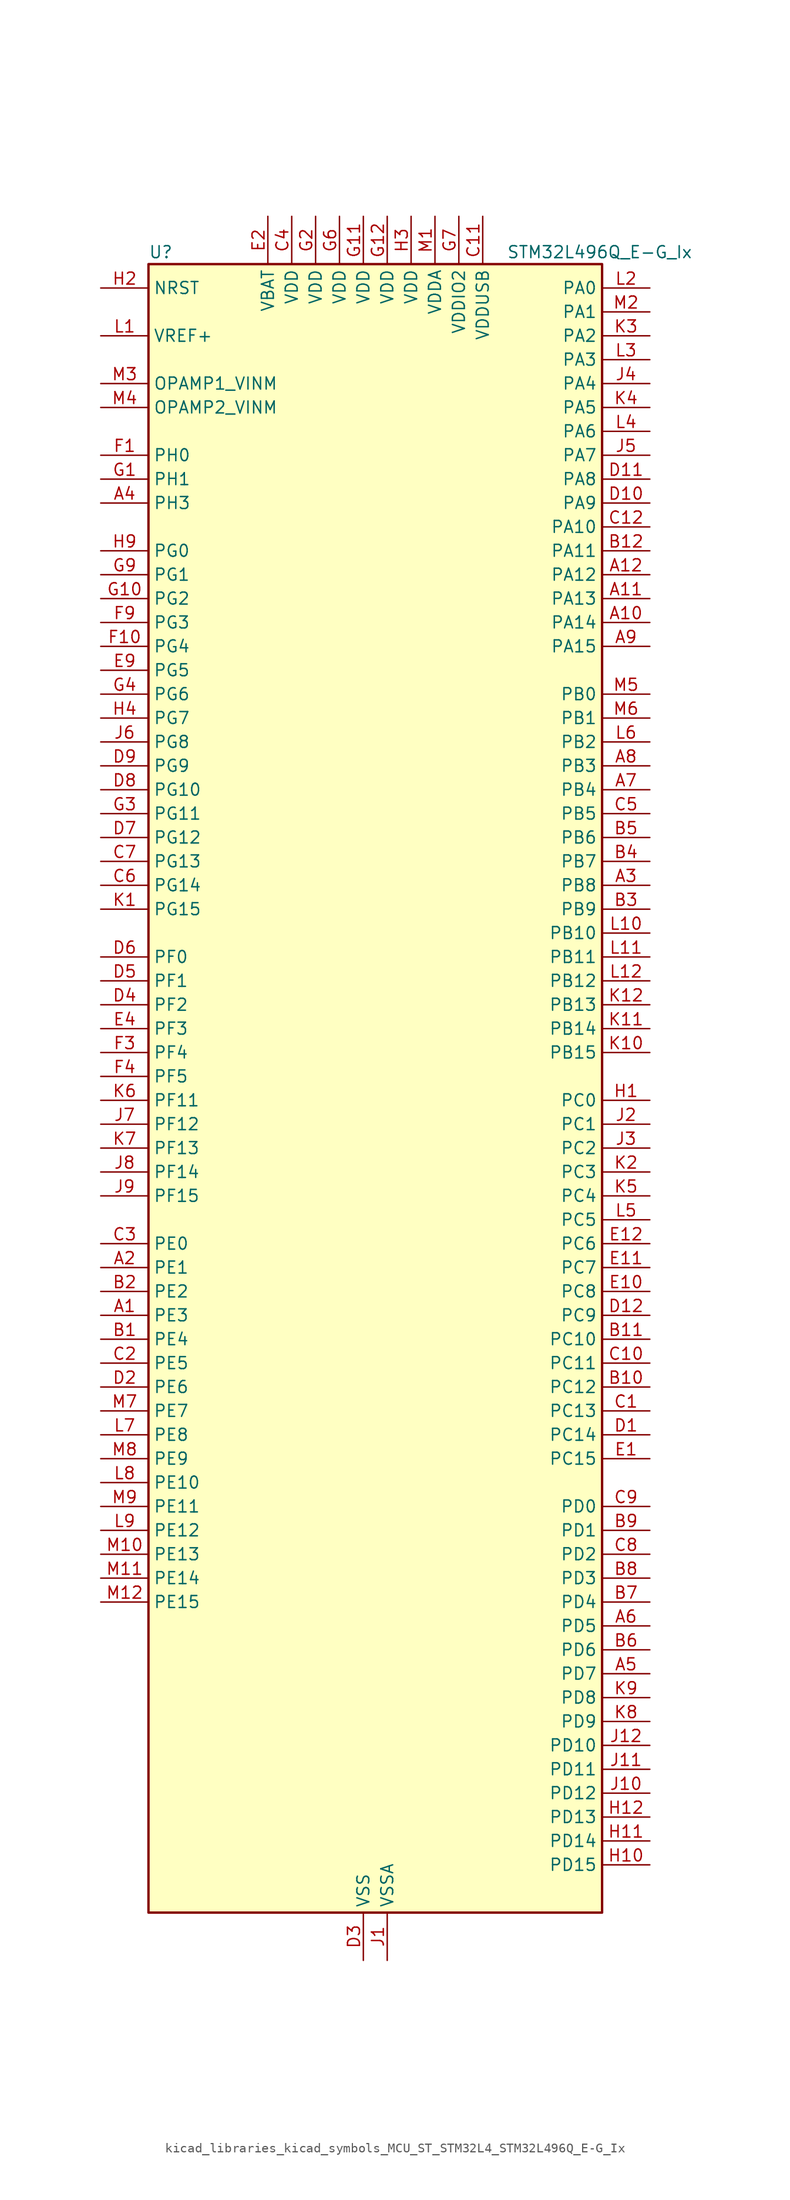
<source format=kicad_sym>
(kicad_symbol_lib
  (version 20220914)
  (generator kicad_symbol_editor)
  (symbol "kicad_libraries_kicad_symbols_MCU_ST_STM32L4_STM32L496Q_E-G_Ix"
    (property "Reference" "U"
      (at -22.86 90.17 0)
      (effects (font (size 1.27 1.27)) (justify left)))
    (property "Value" "STM32L496Q_E-G_Ix"
      (at 15.24 90.17 0)
      (effects (font (size 1.27 1.27)) (justify left)))
    (property "ki_locked" ""
      (at 0 0 0)
      (effects (font (size 1.27 1.27))))
    (symbol "kicad_libraries_kicad_symbols_MCU_ST_STM32L4_STM32L496Q_E-G_Ix_0_1"
      (rectangle (start -22.86 -86.36) (end 25.4 88.9) (stroke (width 0.254) (type default)) (fill (type background))))
    (symbol "kicad_libraries_kicad_symbols_MCU_ST_STM32L4_STM32L496Q_E-G_Ix_1_1"
      (pin bidirectional line (at -27.94 -22.86 0) (length 5.08) (name "PE3" (effects (font (size 1.27 1.27)))) (number "A1" (effects (font (size 1.27 1.27)))) (alternate "FMC_A19" bidirectional line) (alternate "LCD_SEG39" bidirectional line) (alternate "SAI1_SD_B" bidirectional line) (alternate "SYS_TRACED0" bidirectional line) (alternate "TIM3_CH1" bidirectional line) (alternate "TSC_G7_IO2" bidirectional line))
      (pin bidirectional line (at 30.48 50.8 180) (length 5.08) (name "PA14" (effects (font (size 1.27 1.27)))) (number "A10" (effects (font (size 1.27 1.27)))) (alternate "I2C1_SMBA" bidirectional line) (alternate "I2C4_SMBA" bidirectional line) (alternate "LPTIM1_OUT" bidirectional line) (alternate "SAI1_FS_B" bidirectional line) (alternate "SWPMI1_RX" bidirectional line) (alternate "SYS_JTCK-SWCLK" bidirectional line) (alternate "USB_OTG_FS_SOF" bidirectional line))
      (pin bidirectional line (at 30.48 53.34 180) (length 5.08) (name "PA13" (effects (font (size 1.27 1.27)))) (number "A11" (effects (font (size 1.27 1.27)))) (alternate "IR_OUT" bidirectional line) (alternate "SAI1_SD_B" bidirectional line) (alternate "SWPMI1_TX" bidirectional line) (alternate "SYS_JTMS-SWDIO" bidirectional line) (alternate "USB_OTG_FS_NOE" bidirectional line))
      (pin bidirectional line (at 30.48 55.88 180) (length 5.08) (name "PA12" (effects (font (size 1.27 1.27)))) (number "A12" (effects (font (size 1.27 1.27)))) (alternate "CAN1_TX" bidirectional line) (alternate "SPI1_MOSI" bidirectional line) (alternate "TIM1_ETR" bidirectional line) (alternate "USART1_DE" bidirectional line) (alternate "USART1_RTS" bidirectional line) (alternate "USB_OTG_FS_DP" bidirectional line))
      (pin bidirectional line (at -27.94 -17.78 0) (length 5.08) (name "PE1" (effects (font (size 1.27 1.27)))) (number "A2" (effects (font (size 1.27 1.27)))) (alternate "DCMI_D3" bidirectional line) (alternate "FMC_NBL1" bidirectional line) (alternate "LCD_SEG37" bidirectional line) (alternate "TIM17_CH1" bidirectional line))
      (pin bidirectional line (at 30.48 22.86 180) (length 5.08) (name "PB8" (effects (font (size 1.27 1.27)))) (number "A3" (effects (font (size 1.27 1.27)))) (alternate "CAN1_RX" bidirectional line) (alternate "DCMI_D6" bidirectional line) (alternate "DFSDM1_DATIN6" bidirectional line) (alternate "I2C1_SCL" bidirectional line) (alternate "LCD_SEG16" bidirectional line) (alternate "SAI1_MCLK_A" bidirectional line) (alternate "SDMMC1_D4" bidirectional line) (alternate "TIM16_CH1" bidirectional line) (alternate "TIM4_CH3" bidirectional line))
      (pin bidirectional line (at -27.94 63.5 0) (length 5.08) (name "PH3" (effects (font (size 1.27 1.27)))) (number "A4" (effects (font (size 1.27 1.27)))))
      (pin bidirectional line (at 30.48 -60.96 180) (length 5.08) (name "PD7" (effects (font (size 1.27 1.27)))) (number "A5" (effects (font (size 1.27 1.27)))) (alternate "DFSDM1_CKIN1" bidirectional line) (alternate "FMC_NE1" bidirectional line) (alternate "QUADSPI_BK2_IO3" bidirectional line) (alternate "USART2_CK" bidirectional line))
      (pin bidirectional line (at 30.48 -55.88 180) (length 5.08) (name "PD5" (effects (font (size 1.27 1.27)))) (number "A6" (effects (font (size 1.27 1.27)))) (alternate "FMC_NWE" bidirectional line) (alternate "QUADSPI_BK2_IO1" bidirectional line) (alternate "USART2_TX" bidirectional line))
      (pin bidirectional line (at 30.48 33.02 180) (length 5.08) (name "PB4" (effects (font (size 1.27 1.27)))) (number "A7" (effects (font (size 1.27 1.27)))) (alternate "COMP2_INP" bidirectional line) (alternate "DCMI_D12" bidirectional line) (alternate "I2C3_SDA" bidirectional line) (alternate "LCD_SEG8" bidirectional line) (alternate "SAI1_MCLK_B" bidirectional line) (alternate "SPI1_MISO" bidirectional line) (alternate "SPI3_MISO" bidirectional line) (alternate "SYS_JTRST" bidirectional line) (alternate "TIM17_BKIN" bidirectional line) (alternate "TIM3_CH1" bidirectional line) (alternate "TSC_G2_IO1" bidirectional line) (alternate "UART5_DE" bidirectional line) (alternate "UART5_RTS" bidirectional line) (alternate "USART1_CTS" bidirectional line))
      (pin bidirectional line (at 30.48 35.56 180) (length 5.08) (name "PB3" (effects (font (size 1.27 1.27)))) (number "A8" (effects (font (size 1.27 1.27)))) (alternate "COMP2_INM" bidirectional line) (alternate "CRS_SYNC" bidirectional line) (alternate "LCD_SEG7" bidirectional line) (alternate "SAI1_SCK_B" bidirectional line) (alternate "SPI1_SCK" bidirectional line) (alternate "SPI3_SCK" bidirectional line) (alternate "SYS_JTDO-SWO" bidirectional line) (alternate "TIM2_CH2" bidirectional line) (alternate "USART1_DE" bidirectional line) (alternate "USART1_RTS" bidirectional line))
      (pin bidirectional line (at 30.48 48.26 180) (length 5.08) (name "PA15" (effects (font (size 1.27 1.27)))) (number "A9" (effects (font (size 1.27 1.27)))) (alternate "ADC1_EXTI15" bidirectional line) (alternate "ADC2_EXTI15" bidirectional line) (alternate "ADC3_EXTI15" bidirectional line) (alternate "LCD_SEG17" bidirectional line) (alternate "SAI2_FS_B" bidirectional line) (alternate "SPI1_NSS" bidirectional line) (alternate "SPI3_NSS" bidirectional line) (alternate "SWPMI1_SUSPEND" bidirectional line) (alternate "SYS_JTDI" bidirectional line) (alternate "TIM2_CH1" bidirectional line) (alternate "TIM2_ETR" bidirectional line) (alternate "TSC_G3_IO1" bidirectional line) (alternate "UART4_DE" bidirectional line) (alternate "UART4_RTS" bidirectional line) (alternate "USART2_RX" bidirectional line) (alternate "USART3_DE" bidirectional line) (alternate "USART3_RTS" bidirectional line))
      (pin bidirectional line (at -27.94 -25.4 0) (length 5.08) (name "PE4" (effects (font (size 1.27 1.27)))) (number "B1" (effects (font (size 1.27 1.27)))) (alternate "DCMI_D4" bidirectional line) (alternate "DFSDM1_DATIN3" bidirectional line) (alternate "FMC_A20" bidirectional line) (alternate "SAI1_FS_A" bidirectional line) (alternate "SYS_TRACED1" bidirectional line) (alternate "TIM3_CH2" bidirectional line) (alternate "TSC_G7_IO3" bidirectional line))
      (pin bidirectional line (at 30.48 -30.48 180) (length 5.08) (name "PC12" (effects (font (size 1.27 1.27)))) (number "B10" (effects (font (size 1.27 1.27)))) (alternate "DCMI_D9" bidirectional line) (alternate "LCD_COM6" bidirectional line) (alternate "LCD_SEG30" bidirectional line) (alternate "LCD_SEG42" bidirectional line) (alternate "SAI2_SD_B" bidirectional line) (alternate "SDMMC1_CK" bidirectional line) (alternate "SPI3_MOSI" bidirectional line) (alternate "SYS_TRACED3" bidirectional line) (alternate "TSC_G3_IO4" bidirectional line) (alternate "UART5_TX" bidirectional line) (alternate "USART3_CK" bidirectional line))
      (pin bidirectional line (at 30.48 -25.4 180) (length 5.08) (name "PC10" (effects (font (size 1.27 1.27)))) (number "B11" (effects (font (size 1.27 1.27)))) (alternate "DCMI_D8" bidirectional line) (alternate "LCD_COM4" bidirectional line) (alternate "LCD_SEG28" bidirectional line) (alternate "LCD_SEG40" bidirectional line) (alternate "SAI2_SCK_B" bidirectional line) (alternate "SDMMC1_D2" bidirectional line) (alternate "SPI3_SCK" bidirectional line) (alternate "SYS_TRACED1" bidirectional line) (alternate "TSC_G3_IO2" bidirectional line) (alternate "UART4_TX" bidirectional line) (alternate "USART3_TX" bidirectional line))
      (pin bidirectional line (at 30.48 58.42 180) (length 5.08) (name "PA11" (effects (font (size 1.27 1.27)))) (number "B12" (effects (font (size 1.27 1.27)))) (alternate "ADC1_EXTI11" bidirectional line) (alternate "ADC2_EXTI11" bidirectional line) (alternate "ADC3_EXTI11" bidirectional line) (alternate "CAN1_RX" bidirectional line) (alternate "SPI1_MISO" bidirectional line) (alternate "TIM1_BKIN2" bidirectional line) (alternate "TIM1_BKIN2_COMP1" bidirectional line) (alternate "TIM1_CH4" bidirectional line) (alternate "USART1_CTS" bidirectional line) (alternate "USB_OTG_FS_DM" bidirectional line))
      (pin bidirectional line (at -27.94 -20.32 0) (length 5.08) (name "PE2" (effects (font (size 1.27 1.27)))) (number "B2" (effects (font (size 1.27 1.27)))) (alternate "FMC_A23" bidirectional line) (alternate "LCD_SEG38" bidirectional line) (alternate "SAI1_MCLK_A" bidirectional line) (alternate "SYS_TRACECLK" bidirectional line) (alternate "TIM3_ETR" bidirectional line) (alternate "TSC_G7_IO1" bidirectional line))
      (pin bidirectional line (at 30.48 20.32 180) (length 5.08) (name "PB9" (effects (font (size 1.27 1.27)))) (number "B3" (effects (font (size 1.27 1.27)))) (alternate "CAN1_TX" bidirectional line) (alternate "DAC1_EXTI9" bidirectional line) (alternate "DCMI_D7" bidirectional line) (alternate "DFSDM1_CKIN6" bidirectional line) (alternate "I2C1_SDA" bidirectional line) (alternate "IR_OUT" bidirectional line) (alternate "LCD_COM3" bidirectional line) (alternate "SAI1_FS_A" bidirectional line) (alternate "SDMMC1_D5" bidirectional line) (alternate "SPI2_NSS" bidirectional line) (alternate "TIM17_CH1" bidirectional line) (alternate "TIM4_CH4" bidirectional line))
      (pin bidirectional line (at 30.48 25.4 180) (length 5.08) (name "PB7" (effects (font (size 1.27 1.27)))) (number "B4" (effects (font (size 1.27 1.27)))) (alternate "COMP2_INM" bidirectional line) (alternate "DCMI_VSYNC" bidirectional line) (alternate "DFSDM1_CKIN5" bidirectional line) (alternate "FMC_NL" bidirectional line) (alternate "I2C1_SDA" bidirectional line) (alternate "I2C4_SDA" bidirectional line) (alternate "LCD_SEG21" bidirectional line) (alternate "LPTIM1_IN2" bidirectional line) (alternate "SYS_PVD_IN" bidirectional line) (alternate "TIM17_CH1N" bidirectional line) (alternate "TIM4_CH2" bidirectional line) (alternate "TIM8_BKIN" bidirectional line) (alternate "TIM8_BKIN_COMP1" bidirectional line) (alternate "TSC_G2_IO4" bidirectional line) (alternate "UART4_CTS" bidirectional line) (alternate "USART1_RX" bidirectional line))
      (pin bidirectional line (at 30.48 27.94 180) (length 5.08) (name "PB6" (effects (font (size 1.27 1.27)))) (number "B5" (effects (font (size 1.27 1.27)))) (alternate "CAN2_TX" bidirectional line) (alternate "COMP2_INP" bidirectional line) (alternate "DCMI_D5" bidirectional line) (alternate "DFSDM1_DATIN5" bidirectional line) (alternate "I2C1_SCL" bidirectional line) (alternate "I2C4_SCL" bidirectional line) (alternate "LPTIM1_ETR" bidirectional line) (alternate "SAI1_FS_B" bidirectional line) (alternate "TIM16_CH1N" bidirectional line) (alternate "TIM4_CH1" bidirectional line) (alternate "TIM8_BKIN2" bidirectional line) (alternate "TIM8_BKIN2_COMP2" bidirectional line) (alternate "TSC_G2_IO3" bidirectional line) (alternate "USART1_TX" bidirectional line))
      (pin bidirectional line (at 30.48 -58.42 180) (length 5.08) (name "PD6" (effects (font (size 1.27 1.27)))) (number "B6" (effects (font (size 1.27 1.27)))) (alternate "DCMI_D10" bidirectional line) (alternate "DFSDM1_DATIN1" bidirectional line) (alternate "FMC_NWAIT" bidirectional line) (alternate "QUADSPI_BK2_IO1" bidirectional line) (alternate "QUADSPI_BK2_IO2" bidirectional line) (alternate "SAI1_SD_A" bidirectional line) (alternate "USART2_RX" bidirectional line))
      (pin bidirectional line (at 30.48 -53.34 180) (length 5.08) (name "PD4" (effects (font (size 1.27 1.27)))) (number "B7" (effects (font (size 1.27 1.27)))) (alternate "DFSDM1_CKIN0" bidirectional line) (alternate "FMC_NOE" bidirectional line) (alternate "QUADSPI_BK2_IO0" bidirectional line) (alternate "SPI2_MOSI" bidirectional line) (alternate "USART2_DE" bidirectional line) (alternate "USART2_RTS" bidirectional line))
      (pin bidirectional line (at 30.48 -50.8 180) (length 5.08) (name "PD3" (effects (font (size 1.27 1.27)))) (number "B8" (effects (font (size 1.27 1.27)))) (alternate "DCMI_D5" bidirectional line) (alternate "DFSDM1_DATIN0" bidirectional line) (alternate "FMC_CLK" bidirectional line) (alternate "QUADSPI_BK2_NCS" bidirectional line) (alternate "SPI2_MISO" bidirectional line) (alternate "SPI2_SCK" bidirectional line) (alternate "USART2_CTS" bidirectional line))
      (pin bidirectional line (at 30.48 -45.72 180) (length 5.08) (name "PD1" (effects (font (size 1.27 1.27)))) (number "B9" (effects (font (size 1.27 1.27)))) (alternate "CAN1_TX" bidirectional line) (alternate "DFSDM1_CKIN7" bidirectional line) (alternate "FMC_D3" bidirectional line) (alternate "FMC_DA3" bidirectional line) (alternate "SPI2_SCK" bidirectional line))
      (pin bidirectional line (at 30.48 -33.02 180) (length 5.08) (name "PC13" (effects (font (size 1.27 1.27)))) (number "C1" (effects (font (size 1.27 1.27)))) (alternate "RTC_OUT_ALARM" bidirectional line) (alternate "RTC_OUT_CALIB" bidirectional line) (alternate "RTC_TAMP1" bidirectional line) (alternate "RTC_TS" bidirectional line) (alternate "SYS_WKUP2" bidirectional line))
      (pin bidirectional line (at 30.48 -27.94 180) (length 5.08) (name "PC11" (effects (font (size 1.27 1.27)))) (number "C10" (effects (font (size 1.27 1.27)))) (alternate "ADC1_EXTI11" bidirectional line) (alternate "ADC2_EXTI11" bidirectional line) (alternate "ADC3_EXTI11" bidirectional line) (alternate "DCMI_D4" bidirectional line) (alternate "LCD_COM5" bidirectional line) (alternate "LCD_SEG29" bidirectional line) (alternate "LCD_SEG41" bidirectional line) (alternate "QUADSPI_BK2_NCS" bidirectional line) (alternate "SAI2_MCLK_B" bidirectional line) (alternate "SDMMC1_D3" bidirectional line) (alternate "SPI3_MISO" bidirectional line) (alternate "TSC_G3_IO3" bidirectional line) (alternate "UART4_RX" bidirectional line) (alternate "USART3_RX" bidirectional line))
      (pin power_in line (at 12.7 93.98 270) (length 5.08) (name "VDDUSB" (effects (font (size 1.27 1.27)))) (number "C11" (effects (font (size 1.27 1.27)))))
      (pin bidirectional line (at 30.48 60.96 180) (length 5.08) (name "PA10" (effects (font (size 1.27 1.27)))) (number "C12" (effects (font (size 1.27 1.27)))) (alternate "DCMI_D1" bidirectional line) (alternate "LCD_COM2" bidirectional line) (alternate "SAI1_SD_A" bidirectional line) (alternate "TIM17_BKIN" bidirectional line) (alternate "TIM1_CH3" bidirectional line) (alternate "USART1_RX" bidirectional line) (alternate "USB_OTG_FS_ID" bidirectional line))
      (pin bidirectional line (at -27.94 -27.94 0) (length 5.08) (name "PE5" (effects (font (size 1.27 1.27)))) (number "C2" (effects (font (size 1.27 1.27)))) (alternate "DCMI_D6" bidirectional line) (alternate "DFSDM1_CKIN3" bidirectional line) (alternate "FMC_A21" bidirectional line) (alternate "SAI1_SCK_A" bidirectional line) (alternate "SYS_TRACED2" bidirectional line) (alternate "TIM3_CH3" bidirectional line) (alternate "TSC_G7_IO4" bidirectional line))
      (pin bidirectional line (at -27.94 -15.24 0) (length 5.08) (name "PE0" (effects (font (size 1.27 1.27)))) (number "C3" (effects (font (size 1.27 1.27)))) (alternate "DCMI_D2" bidirectional line) (alternate "FMC_NBL0" bidirectional line) (alternate "LCD_SEG36" bidirectional line) (alternate "TIM16_CH1" bidirectional line) (alternate "TIM4_ETR" bidirectional line))
      (pin power_in line (at -7.62 93.98 270) (length 5.08) (name "VDD" (effects (font (size 1.27 1.27)))) (number "C4" (effects (font (size 1.27 1.27)))))
      (pin bidirectional line (at 30.48 30.48 180) (length 5.08) (name "PB5" (effects (font (size 1.27 1.27)))) (number "C5" (effects (font (size 1.27 1.27)))) (alternate "CAN2_RX" bidirectional line) (alternate "COMP2_OUT" bidirectional line) (alternate "DCMI_D10" bidirectional line) (alternate "I2C1_SMBA" bidirectional line) (alternate "LCD_SEG9" bidirectional line) (alternate "LPTIM1_IN1" bidirectional line) (alternate "SAI1_SD_B" bidirectional line) (alternate "SPI1_MOSI" bidirectional line) (alternate "SPI3_MOSI" bidirectional line) (alternate "TIM16_BKIN" bidirectional line) (alternate "TIM3_CH2" bidirectional line) (alternate "TSC_G2_IO2" bidirectional line) (alternate "UART5_CTS" bidirectional line) (alternate "USART1_CK" bidirectional line))
      (pin bidirectional line (at -27.94 22.86 0) (length 5.08) (name "PG14" (effects (font (size 1.27 1.27)))) (number "C6" (effects (font (size 1.27 1.27)))) (alternate "FMC_A25" bidirectional line) (alternate "I2C1_SCL" bidirectional line))
      (pin bidirectional line (at -27.94 25.4 0) (length 5.08) (name "PG13" (effects (font (size 1.27 1.27)))) (number "C7" (effects (font (size 1.27 1.27)))) (alternate "FMC_A24" bidirectional line) (alternate "I2C1_SDA" bidirectional line) (alternate "USART1_CK" bidirectional line))
      (pin bidirectional line (at 30.48 -48.26 180) (length 5.08) (name "PD2" (effects (font (size 1.27 1.27)))) (number "C8" (effects (font (size 1.27 1.27)))) (alternate "DCMI_D11" bidirectional line) (alternate "LCD_COM7" bidirectional line) (alternate "LCD_SEG31" bidirectional line) (alternate "LCD_SEG43" bidirectional line) (alternate "SDMMC1_CMD" bidirectional line) (alternate "SYS_TRACED2" bidirectional line) (alternate "TIM3_ETR" bidirectional line) (alternate "TSC_SYNC" bidirectional line) (alternate "UART5_RX" bidirectional line) (alternate "USART3_DE" bidirectional line) (alternate "USART3_RTS" bidirectional line))
      (pin bidirectional line (at 30.48 -43.18 180) (length 5.08) (name "PD0" (effects (font (size 1.27 1.27)))) (number "C9" (effects (font (size 1.27 1.27)))) (alternate "CAN1_RX" bidirectional line) (alternate "DFSDM1_DATIN7" bidirectional line) (alternate "FMC_D2" bidirectional line) (alternate "FMC_DA2" bidirectional line) (alternate "SPI2_NSS" bidirectional line))
      (pin bidirectional line (at 30.48 -35.56 180) (length 5.08) (name "PC14" (effects (font (size 1.27 1.27)))) (number "D1" (effects (font (size 1.27 1.27)))) (alternate "RCC_OSC32_IN" bidirectional line))
      (pin bidirectional line (at 30.48 63.5 180) (length 5.08) (name "PA9" (effects (font (size 1.27 1.27)))) (number "D10" (effects (font (size 1.27 1.27)))) (alternate "DAC1_EXTI9" bidirectional line) (alternate "DCMI_D0" bidirectional line) (alternate "LCD_COM1" bidirectional line) (alternate "SAI1_FS_A" bidirectional line) (alternate "SPI2_SCK" bidirectional line) (alternate "TIM15_BKIN" bidirectional line) (alternate "TIM1_CH2" bidirectional line) (alternate "USART1_TX" bidirectional line) (alternate "USB_OTG_FS_VBUS" bidirectional line))
      (pin bidirectional line (at 30.48 66.04 180) (length 5.08) (name "PA8" (effects (font (size 1.27 1.27)))) (number "D11" (effects (font (size 1.27 1.27)))) (alternate "LCD_COM0" bidirectional line) (alternate "LPTIM2_OUT" bidirectional line) (alternate "RCC_MCO" bidirectional line) (alternate "SAI1_SCK_A" bidirectional line) (alternate "SWPMI1_IO" bidirectional line) (alternate "TIM1_CH1" bidirectional line) (alternate "USART1_CK" bidirectional line) (alternate "USB_OTG_FS_SOF" bidirectional line))
      (pin bidirectional line (at 30.48 -22.86 180) (length 5.08) (name "PC9" (effects (font (size 1.27 1.27)))) (number "D12" (effects (font (size 1.27 1.27)))) (alternate "DAC1_EXTI9" bidirectional line) (alternate "DCMI_D3" bidirectional line) (alternate "I2C3_SDA" bidirectional line) (alternate "LCD_SEG27" bidirectional line) (alternate "SAI2_EXTCLK" bidirectional line) (alternate "SDMMC1_D1" bidirectional line) (alternate "TIM3_CH4" bidirectional line) (alternate "TIM8_BKIN2" bidirectional line) (alternate "TIM8_BKIN2_COMP1" bidirectional line) (alternate "TIM8_CH4" bidirectional line) (alternate "TSC_G4_IO4" bidirectional line) (alternate "USB_OTG_FS_NOE" bidirectional line))
      (pin bidirectional line (at -27.94 -30.48 0) (length 5.08) (name "PE6" (effects (font (size 1.27 1.27)))) (number "D2" (effects (font (size 1.27 1.27)))) (alternate "DCMI_D7" bidirectional line) (alternate "FMC_A22" bidirectional line) (alternate "RTC_TAMP3" bidirectional line) (alternate "SAI1_SD_A" bidirectional line) (alternate "SYS_TRACED3" bidirectional line) (alternate "SYS_WKUP3" bidirectional line) (alternate "TIM3_CH4" bidirectional line))
      (pin power_in line (at 0 -91.44 90) (length 5.08) (name "VSS" (effects (font (size 1.27 1.27)))) (number "D3" (effects (font (size 1.27 1.27)))))
      (pin bidirectional line (at -27.94 10.16 0) (length 5.08) (name "PF2" (effects (font (size 1.27 1.27)))) (number "D4" (effects (font (size 1.27 1.27)))) (alternate "FMC_A2" bidirectional line) (alternate "I2C2_SMBA" bidirectional line))
      (pin bidirectional line (at -27.94 12.7 0) (length 5.08) (name "PF1" (effects (font (size 1.27 1.27)))) (number "D5" (effects (font (size 1.27 1.27)))) (alternate "FMC_A1" bidirectional line) (alternate "I2C2_SCL" bidirectional line))
      (pin bidirectional line (at -27.94 15.24 0) (length 5.08) (name "PF0" (effects (font (size 1.27 1.27)))) (number "D6" (effects (font (size 1.27 1.27)))) (alternate "FMC_A0" bidirectional line) (alternate "I2C2_SDA" bidirectional line))
      (pin bidirectional line (at -27.94 27.94 0) (length 5.08) (name "PG12" (effects (font (size 1.27 1.27)))) (number "D7" (effects (font (size 1.27 1.27)))) (alternate "FMC_NE4" bidirectional line) (alternate "LPTIM1_ETR" bidirectional line) (alternate "SAI2_SD_A" bidirectional line) (alternate "SPI3_NSS" bidirectional line) (alternate "USART1_DE" bidirectional line) (alternate "USART1_RTS" bidirectional line))
      (pin bidirectional line (at -27.94 33.02 0) (length 5.08) (name "PG10" (effects (font (size 1.27 1.27)))) (number "D8" (effects (font (size 1.27 1.27)))) (alternate "FMC_NE3" bidirectional line) (alternate "LPTIM1_IN1" bidirectional line) (alternate "SAI2_FS_A" bidirectional line) (alternate "SPI3_MISO" bidirectional line) (alternate "TIM15_CH1" bidirectional line) (alternate "USART1_RX" bidirectional line))
      (pin bidirectional line (at -27.94 35.56 0) (length 5.08) (name "PG9" (effects (font (size 1.27 1.27)))) (number "D9" (effects (font (size 1.27 1.27)))) (alternate "DAC1_EXTI9" bidirectional line) (alternate "FMC_NCE" bidirectional line) (alternate "FMC_NE2" bidirectional line) (alternate "SAI2_SCK_A" bidirectional line) (alternate "SPI3_SCK" bidirectional line) (alternate "TIM15_CH1N" bidirectional line) (alternate "USART1_TX" bidirectional line))
      (pin bidirectional line (at 30.48 -38.1 180) (length 5.08) (name "PC15" (effects (font (size 1.27 1.27)))) (number "E1" (effects (font (size 1.27 1.27)))) (alternate "ADC1_EXTI15" bidirectional line) (alternate "ADC2_EXTI15" bidirectional line) (alternate "ADC3_EXTI15" bidirectional line) (alternate "RCC_OSC32_OUT" bidirectional line))
      (pin bidirectional line (at 30.48 -20.32 180) (length 5.08) (name "PC8" (effects (font (size 1.27 1.27)))) (number "E10" (effects (font (size 1.27 1.27)))) (alternate "DCMI_D2" bidirectional line) (alternate "LCD_SEG26" bidirectional line) (alternate "SDMMC1_D0" bidirectional line) (alternate "TIM3_CH3" bidirectional line) (alternate "TIM8_CH3" bidirectional line) (alternate "TSC_G4_IO3" bidirectional line))
      (pin bidirectional line (at 30.48 -17.78 180) (length 5.08) (name "PC7" (effects (font (size 1.27 1.27)))) (number "E11" (effects (font (size 1.27 1.27)))) (alternate "DCMI_D1" bidirectional line) (alternate "DFSDM1_DATIN3" bidirectional line) (alternate "LCD_SEG25" bidirectional line) (alternate "SAI2_MCLK_B" bidirectional line) (alternate "SDMMC1_D7" bidirectional line) (alternate "TIM3_CH2" bidirectional line) (alternate "TIM8_CH2" bidirectional line) (alternate "TSC_G4_IO2" bidirectional line))
      (pin bidirectional line (at 30.48 -15.24 180) (length 5.08) (name "PC6" (effects (font (size 1.27 1.27)))) (number "E12" (effects (font (size 1.27 1.27)))) (alternate "DCMI_D0" bidirectional line) (alternate "DFSDM1_CKIN3" bidirectional line) (alternate "LCD_SEG24" bidirectional line) (alternate "SAI2_MCLK_A" bidirectional line) (alternate "SDMMC1_D6" bidirectional line) (alternate "TIM3_CH1" bidirectional line) (alternate "TIM8_CH1" bidirectional line) (alternate "TSC_G4_IO1" bidirectional line))
      (pin power_in line (at -10.16 93.98 270) (length 5.08) (name "VBAT" (effects (font (size 1.27 1.27)))) (number "E2" (effects (font (size 1.27 1.27)))))
      (pin passive line (at 0 -91.44 90) (length 5.08) hide (name "VSS" (effects (font (size 1.27 1.27)))) (number "E3" (effects (font (size 1.27 1.27)))))
      (pin bidirectional line (at -27.94 7.62 0) (length 5.08) (name "PF3" (effects (font (size 1.27 1.27)))) (number "E4" (effects (font (size 1.27 1.27)))) (alternate "ADC3_IN6" bidirectional line) (alternate "FMC_A3" bidirectional line))
      (pin bidirectional line (at -27.94 45.72 0) (length 5.08) (name "PG5" (effects (font (size 1.27 1.27)))) (number "E9" (effects (font (size 1.27 1.27)))) (alternate "FMC_A15" bidirectional line) (alternate "LPUART1_CTS" bidirectional line) (alternate "SAI2_SD_B" bidirectional line) (alternate "SPI1_NSS" bidirectional line))
      (pin bidirectional line (at -27.94 68.58 0) (length 5.08) (name "PH0" (effects (font (size 1.27 1.27)))) (number "F1" (effects (font (size 1.27 1.27)))) (alternate "RCC_OSC_IN" bidirectional line))
      (pin bidirectional line (at -27.94 48.26 0) (length 5.08) (name "PG4" (effects (font (size 1.27 1.27)))) (number "F10" (effects (font (size 1.27 1.27)))) (alternate "FMC_A14" bidirectional line) (alternate "SAI2_MCLK_B" bidirectional line) (alternate "SPI1_MOSI" bidirectional line))
      (pin passive line (at 0 -91.44 90) (length 5.08) hide (name "VSS" (effects (font (size 1.27 1.27)))) (number "F11" (effects (font (size 1.27 1.27)))))
      (pin passive line (at 0 -91.44 90) (length 5.08) hide (name "VSS" (effects (font (size 1.27 1.27)))) (number "F12" (effects (font (size 1.27 1.27)))))
      (pin passive line (at 0 -91.44 90) (length 5.08) hide (name "VSS" (effects (font (size 1.27 1.27)))) (number "F2" (effects (font (size 1.27 1.27)))))
      (pin bidirectional line (at -27.94 5.08 0) (length 5.08) (name "PF4" (effects (font (size 1.27 1.27)))) (number "F3" (effects (font (size 1.27 1.27)))) (alternate "ADC3_IN7" bidirectional line) (alternate "FMC_A4" bidirectional line))
      (pin bidirectional line (at -27.94 2.54 0) (length 5.08) (name "PF5" (effects (font (size 1.27 1.27)))) (number "F4" (effects (font (size 1.27 1.27)))) (alternate "ADC3_IN8" bidirectional line) (alternate "FMC_A5" bidirectional line))
      (pin passive line (at 0 -91.44 90) (length 5.08) hide (name "VSS" (effects (font (size 1.27 1.27)))) (number "F6" (effects (font (size 1.27 1.27)))))
      (pin passive line (at 0 -91.44 90) (length 5.08) hide (name "VSS" (effects (font (size 1.27 1.27)))) (number "F7" (effects (font (size 1.27 1.27)))))
      (pin bidirectional line (at -27.94 50.8 0) (length 5.08) (name "PG3" (effects (font (size 1.27 1.27)))) (number "F9" (effects (font (size 1.27 1.27)))) (alternate "FMC_A13" bidirectional line) (alternate "SAI2_FS_B" bidirectional line) (alternate "SPI1_MISO" bidirectional line))
      (pin bidirectional line (at -27.94 66.04 0) (length 5.08) (name "PH1" (effects (font (size 1.27 1.27)))) (number "G1" (effects (font (size 1.27 1.27)))) (alternate "RCC_OSC_OUT" bidirectional line))
      (pin bidirectional line (at -27.94 53.34 0) (length 5.08) (name "PG2" (effects (font (size 1.27 1.27)))) (number "G10" (effects (font (size 1.27 1.27)))) (alternate "FMC_A12" bidirectional line) (alternate "SAI2_SCK_B" bidirectional line) (alternate "SPI1_SCK" bidirectional line))
      (pin power_in line (at 0 93.98 270) (length 5.08) (name "VDD" (effects (font (size 1.27 1.27)))) (number "G11" (effects (font (size 1.27 1.27)))))
      (pin power_in line (at 2.54 93.98 270) (length 5.08) (name "VDD" (effects (font (size 1.27 1.27)))) (number "G12" (effects (font (size 1.27 1.27)))))
      (pin power_in line (at -5.08 93.98 270) (length 5.08) (name "VDD" (effects (font (size 1.27 1.27)))) (number "G2" (effects (font (size 1.27 1.27)))))
      (pin bidirectional line (at -27.94 30.48 0) (length 5.08) (name "PG11" (effects (font (size 1.27 1.27)))) (number "G3" (effects (font (size 1.27 1.27)))) (alternate "ADC1_EXTI11" bidirectional line) (alternate "ADC2_EXTI11" bidirectional line) (alternate "ADC3_EXTI11" bidirectional line) (alternate "LPTIM1_IN2" bidirectional line) (alternate "SAI2_MCLK_A" bidirectional line) (alternate "SPI3_MOSI" bidirectional line) (alternate "TIM15_CH2" bidirectional line) (alternate "USART1_CTS" bidirectional line))
      (pin bidirectional line (at -27.94 43.18 0) (length 5.08) (name "PG6" (effects (font (size 1.27 1.27)))) (number "G4" (effects (font (size 1.27 1.27)))) (alternate "I2C3_SMBA" bidirectional line) (alternate "LPUART1_DE" bidirectional line) (alternate "LPUART1_RTS" bidirectional line))
      (pin power_in line (at -2.54 93.98 270) (length 5.08) (name "VDD" (effects (font (size 1.27 1.27)))) (number "G6" (effects (font (size 1.27 1.27)))))
      (pin power_in line (at 10.16 93.98 270) (length 5.08) (name "VDDIO2" (effects (font (size 1.27 1.27)))) (number "G7" (effects (font (size 1.27 1.27)))))
      (pin bidirectional line (at -27.94 55.88 0) (length 5.08) (name "PG1" (effects (font (size 1.27 1.27)))) (number "G9" (effects (font (size 1.27 1.27)))) (alternate "FMC_A11" bidirectional line) (alternate "TSC_G8_IO4" bidirectional line))
      (pin bidirectional line (at 30.48 0 180) (length 5.08) (name "PC0" (effects (font (size 1.27 1.27)))) (number "H1" (effects (font (size 1.27 1.27)))) (alternate "ADC1_IN1" bidirectional line) (alternate "ADC2_IN1" bidirectional line) (alternate "ADC3_IN1" bidirectional line) (alternate "DFSDM1_DATIN4" bidirectional line) (alternate "I2C3_SCL" bidirectional line) (alternate "I2C4_SCL" bidirectional line) (alternate "LCD_SEG18" bidirectional line) (alternate "LPTIM1_IN1" bidirectional line) (alternate "LPTIM2_IN1" bidirectional line) (alternate "LPUART1_RX" bidirectional line))
      (pin bidirectional line (at 30.48 -81.28 180) (length 5.08) (name "PD15" (effects (font (size 1.27 1.27)))) (number "H10" (effects (font (size 1.27 1.27)))) (alternate "ADC1_EXTI15" bidirectional line) (alternate "ADC2_EXTI15" bidirectional line) (alternate "ADC3_EXTI15" bidirectional line) (alternate "FMC_D1" bidirectional line) (alternate "FMC_DA1" bidirectional line) (alternate "LCD_SEG35" bidirectional line) (alternate "TIM4_CH4" bidirectional line))
      (pin bidirectional line (at 30.48 -78.74 180) (length 5.08) (name "PD14" (effects (font (size 1.27 1.27)))) (number "H11" (effects (font (size 1.27 1.27)))) (alternate "FMC_D0" bidirectional line) (alternate "FMC_DA0" bidirectional line) (alternate "LCD_SEG34" bidirectional line) (alternate "TIM4_CH3" bidirectional line))
      (pin bidirectional line (at 30.48 -76.2 180) (length 5.08) (name "PD13" (effects (font (size 1.27 1.27)))) (number "H12" (effects (font (size 1.27 1.27)))) (alternate "FMC_A18" bidirectional line) (alternate "I2C4_SDA" bidirectional line) (alternate "LCD_SEG33" bidirectional line) (alternate "LPTIM2_OUT" bidirectional line) (alternate "TIM4_CH2" bidirectional line) (alternate "TSC_G6_IO4" bidirectional line))
      (pin input line (at -27.94 86.36 0) (length 5.08) (name "NRST" (effects (font (size 1.27 1.27)))) (number "H2" (effects (font (size 1.27 1.27)))))
      (pin power_in line (at 5.08 93.98 270) (length 5.08) (name "VDD" (effects (font (size 1.27 1.27)))) (number "H3" (effects (font (size 1.27 1.27)))))
      (pin bidirectional line (at -27.94 40.64 0) (length 5.08) (name "PG7" (effects (font (size 1.27 1.27)))) (number "H4" (effects (font (size 1.27 1.27)))) (alternate "FMC_INT" bidirectional line) (alternate "I2C3_SCL" bidirectional line) (alternate "LPUART1_TX" bidirectional line) (alternate "SAI1_MCLK_A" bidirectional line))
      (pin bidirectional line (at -27.94 58.42 0) (length 5.08) (name "PG0" (effects (font (size 1.27 1.27)))) (number "H9" (effects (font (size 1.27 1.27)))) (alternate "FMC_A10" bidirectional line) (alternate "TSC_G8_IO3" bidirectional line))
      (pin power_in line (at 2.54 -91.44 90) (length 5.08) (name "VSSA" (effects (font (size 1.27 1.27)))) (number "J1" (effects (font (size 1.27 1.27)))))
      (pin bidirectional line (at 30.48 -73.66 180) (length 5.08) (name "PD12" (effects (font (size 1.27 1.27)))) (number "J10" (effects (font (size 1.27 1.27)))) (alternate "FMC_A17" bidirectional line) (alternate "FMC_ALE" bidirectional line) (alternate "I2C4_SCL" bidirectional line) (alternate "LCD_SEG32" bidirectional line) (alternate "LPTIM2_IN1" bidirectional line) (alternate "SAI2_FS_A" bidirectional line) (alternate "TIM4_CH1" bidirectional line) (alternate "TSC_G6_IO3" bidirectional line) (alternate "USART3_DE" bidirectional line) (alternate "USART3_RTS" bidirectional line))
      (pin bidirectional line (at 30.48 -71.12 180) (length 5.08) (name "PD11" (effects (font (size 1.27 1.27)))) (number "J11" (effects (font (size 1.27 1.27)))) (alternate "ADC1_EXTI11" bidirectional line) (alternate "ADC2_EXTI11" bidirectional line) (alternate "ADC3_EXTI11" bidirectional line) (alternate "FMC_A16" bidirectional line) (alternate "FMC_CLE" bidirectional line) (alternate "I2C4_SMBA" bidirectional line) (alternate "LCD_SEG31" bidirectional line) (alternate "LPTIM2_ETR" bidirectional line) (alternate "SAI2_SD_A" bidirectional line) (alternate "TSC_G6_IO2" bidirectional line) (alternate "USART3_CTS" bidirectional line))
      (pin bidirectional line (at 30.48 -68.58 180) (length 5.08) (name "PD10" (effects (font (size 1.27 1.27)))) (number "J12" (effects (font (size 1.27 1.27)))) (alternate "FMC_D15" bidirectional line) (alternate "FMC_DA15" bidirectional line) (alternate "LCD_SEG30" bidirectional line) (alternate "SAI2_SCK_A" bidirectional line) (alternate "TSC_G6_IO1" bidirectional line) (alternate "USART3_CK" bidirectional line))
      (pin bidirectional line (at 30.48 -2.54 180) (length 5.08) (name "PC1" (effects (font (size 1.27 1.27)))) (number "J2" (effects (font (size 1.27 1.27)))) (alternate "ADC1_IN2" bidirectional line) (alternate "ADC2_IN2" bidirectional line) (alternate "ADC3_IN2" bidirectional line) (alternate "DFSDM1_CKIN4" bidirectional line) (alternate "I2C3_SDA" bidirectional line) (alternate "I2C4_SDA" bidirectional line) (alternate "LCD_SEG19" bidirectional line) (alternate "LPTIM1_OUT" bidirectional line) (alternate "LPUART1_TX" bidirectional line) (alternate "QUADSPI_BK2_IO0" bidirectional line) (alternate "SAI1_SD_A" bidirectional line) (alternate "SPI2_MOSI" bidirectional line) (alternate "SYS_TRACED0" bidirectional line))
      (pin bidirectional line (at 30.48 -5.08 180) (length 5.08) (name "PC2" (effects (font (size 1.27 1.27)))) (number "J3" (effects (font (size 1.27 1.27)))) (alternate "ADC1_IN3" bidirectional line) (alternate "ADC2_IN3" bidirectional line) (alternate "ADC3_IN3" bidirectional line) (alternate "DFSDM1_CKOUT" bidirectional line) (alternate "LCD_SEG20" bidirectional line) (alternate "LPTIM1_IN2" bidirectional line) (alternate "QUADSPI_BK2_IO1" bidirectional line) (alternate "SPI2_MISO" bidirectional line))
      (pin bidirectional line (at 30.48 76.2 180) (length 5.08) (name "PA4" (effects (font (size 1.27 1.27)))) (number "J4" (effects (font (size 1.27 1.27)))) (alternate "ADC1_IN9" bidirectional line) (alternate "ADC2_IN9" bidirectional line) (alternate "DAC1_OUT1" bidirectional line) (alternate "DCMI_HSYNC" bidirectional line) (alternate "LPTIM2_OUT" bidirectional line) (alternate "SAI1_FS_B" bidirectional line) (alternate "SPI1_NSS" bidirectional line) (alternate "SPI3_NSS" bidirectional line) (alternate "USART2_CK" bidirectional line))
      (pin bidirectional line (at 30.48 68.58 180) (length 5.08) (name "PA7" (effects (font (size 1.27 1.27)))) (number "J5" (effects (font (size 1.27 1.27)))) (alternate "ADC1_IN12" bidirectional line) (alternate "ADC2_IN12" bidirectional line) (alternate "I2C3_SCL" bidirectional line) (alternate "LCD_SEG4" bidirectional line) (alternate "QUADSPI_BK1_IO2" bidirectional line) (alternate "SPI1_MOSI" bidirectional line) (alternate "TIM17_CH1" bidirectional line) (alternate "TIM1_CH1N" bidirectional line) (alternate "TIM3_CH2" bidirectional line) (alternate "TIM8_CH1N" bidirectional line))
      (pin bidirectional line (at -27.94 38.1 0) (length 5.08) (name "PG8" (effects (font (size 1.27 1.27)))) (number "J6" (effects (font (size 1.27 1.27)))) (alternate "I2C3_SDA" bidirectional line) (alternate "LPUART1_RX" bidirectional line))
      (pin bidirectional line (at -27.94 -2.54 0) (length 5.08) (name "PF12" (effects (font (size 1.27 1.27)))) (number "J7" (effects (font (size 1.27 1.27)))) (alternate "FMC_A6" bidirectional line))
      (pin bidirectional line (at -27.94 -7.62 0) (length 5.08) (name "PF14" (effects (font (size 1.27 1.27)))) (number "J8" (effects (font (size 1.27 1.27)))) (alternate "DFSDM1_CKIN6" bidirectional line) (alternate "FMC_A8" bidirectional line) (alternate "I2C4_SCL" bidirectional line) (alternate "TSC_G8_IO1" bidirectional line))
      (pin bidirectional line (at -27.94 -10.16 0) (length 5.08) (name "PF15" (effects (font (size 1.27 1.27)))) (number "J9" (effects (font (size 1.27 1.27)))) (alternate "ADC1_EXTI15" bidirectional line) (alternate "ADC2_EXTI15" bidirectional line) (alternate "ADC3_EXTI15" bidirectional line) (alternate "FMC_A9" bidirectional line) (alternate "I2C4_SDA" bidirectional line) (alternate "TSC_G8_IO2" bidirectional line))
      (pin bidirectional line (at -27.94 20.32 0) (length 5.08) (name "PG15" (effects (font (size 1.27 1.27)))) (number "K1" (effects (font (size 1.27 1.27)))) (alternate "ADC1_EXTI15" bidirectional line) (alternate "ADC2_EXTI15" bidirectional line) (alternate "ADC3_EXTI15" bidirectional line) (alternate "DCMI_D13" bidirectional line) (alternate "I2C1_SMBA" bidirectional line) (alternate "LPTIM1_OUT" bidirectional line))
      (pin bidirectional line (at 30.48 5.08 180) (length 5.08) (name "PB15" (effects (font (size 1.27 1.27)))) (number "K10" (effects (font (size 1.27 1.27)))) (alternate "ADC1_EXTI15" bidirectional line) (alternate "ADC2_EXTI15" bidirectional line) (alternate "ADC3_EXTI15" bidirectional line) (alternate "DFSDM1_CKIN2" bidirectional line) (alternate "LCD_SEG15" bidirectional line) (alternate "RTC_REFIN" bidirectional line) (alternate "SAI2_SD_A" bidirectional line) (alternate "SPI2_MOSI" bidirectional line) (alternate "SWPMI1_SUSPEND" bidirectional line) (alternate "TIM15_CH2" bidirectional line) (alternate "TIM1_CH3N" bidirectional line) (alternate "TIM8_CH3N" bidirectional line) (alternate "TSC_G1_IO4" bidirectional line))
      (pin bidirectional line (at 30.48 7.62 180) (length 5.08) (name "PB14" (effects (font (size 1.27 1.27)))) (number "K11" (effects (font (size 1.27 1.27)))) (alternate "DFSDM1_DATIN2" bidirectional line) (alternate "I2C2_SDA" bidirectional line) (alternate "LCD_SEG14" bidirectional line) (alternate "SAI2_MCLK_A" bidirectional line) (alternate "SPI2_MISO" bidirectional line) (alternate "SWPMI1_RX" bidirectional line) (alternate "TIM15_CH1" bidirectional line) (alternate "TIM1_CH2N" bidirectional line) (alternate "TIM8_CH2N" bidirectional line) (alternate "TSC_G1_IO3" bidirectional line) (alternate "USART3_DE" bidirectional line) (alternate "USART3_RTS" bidirectional line))
      (pin bidirectional line (at 30.48 10.16 180) (length 5.08) (name "PB13" (effects (font (size 1.27 1.27)))) (number "K12" (effects (font (size 1.27 1.27)))) (alternate "CAN2_TX" bidirectional line) (alternate "DFSDM1_CKIN1" bidirectional line) (alternate "I2C2_SCL" bidirectional line) (alternate "LCD_SEG13" bidirectional line) (alternate "LPUART1_CTS" bidirectional line) (alternate "SAI2_SCK_A" bidirectional line) (alternate "SPI2_SCK" bidirectional line) (alternate "SWPMI1_TX" bidirectional line) (alternate "TIM15_CH1N" bidirectional line) (alternate "TIM1_CH1N" bidirectional line) (alternate "TSC_G1_IO2" bidirectional line) (alternate "USART3_CTS" bidirectional line))
      (pin bidirectional line (at 30.48 -7.62 180) (length 5.08) (name "PC3" (effects (font (size 1.27 1.27)))) (number "K2" (effects (font (size 1.27 1.27)))) (alternate "ADC1_IN4" bidirectional line) (alternate "ADC2_IN4" bidirectional line) (alternate "ADC3_IN4" bidirectional line) (alternate "LCD_VLCD" bidirectional line) (alternate "LPTIM1_ETR" bidirectional line) (alternate "LPTIM2_ETR" bidirectional line) (alternate "QUADSPI_BK2_IO2" bidirectional line) (alternate "SAI1_SD_A" bidirectional line) (alternate "SPI2_MOSI" bidirectional line))
      (pin bidirectional line (at 30.48 81.28 180) (length 5.08) (name "PA2" (effects (font (size 1.27 1.27)))) (number "K3" (effects (font (size 1.27 1.27)))) (alternate "ADC1_IN7" bidirectional line) (alternate "ADC2_IN7" bidirectional line) (alternate "LCD_SEG1" bidirectional line) (alternate "LPUART1_TX" bidirectional line) (alternate "QUADSPI_BK1_NCS" bidirectional line) (alternate "RCC_LSCO" bidirectional line) (alternate "SAI2_EXTCLK" bidirectional line) (alternate "SYS_WKUP4" bidirectional line) (alternate "TIM15_CH1" bidirectional line) (alternate "TIM2_CH3" bidirectional line) (alternate "TIM5_CH3" bidirectional line) (alternate "USART2_TX" bidirectional line))
      (pin bidirectional line (at 30.48 73.66 180) (length 5.08) (name "PA5" (effects (font (size 1.27 1.27)))) (number "K4" (effects (font (size 1.27 1.27)))) (alternate "ADC1_IN10" bidirectional line) (alternate "ADC2_IN10" bidirectional line) (alternate "DAC1_OUT2" bidirectional line) (alternate "LPTIM2_ETR" bidirectional line) (alternate "SPI1_SCK" bidirectional line) (alternate "TIM2_CH1" bidirectional line) (alternate "TIM2_ETR" bidirectional line) (alternate "TIM8_CH1N" bidirectional line))
      (pin bidirectional line (at 30.48 -10.16 180) (length 5.08) (name "PC4" (effects (font (size 1.27 1.27)))) (number "K5" (effects (font (size 1.27 1.27)))) (alternate "ADC1_IN13" bidirectional line) (alternate "ADC2_IN13" bidirectional line) (alternate "COMP1_INM" bidirectional line) (alternate "LCD_SEG22" bidirectional line) (alternate "QUADSPI_BK2_IO3" bidirectional line) (alternate "USART3_TX" bidirectional line))
      (pin bidirectional line (at -27.94 0 0) (length 5.08) (name "PF11" (effects (font (size 1.27 1.27)))) (number "K6" (effects (font (size 1.27 1.27)))) (alternate "ADC1_EXTI11" bidirectional line) (alternate "ADC2_EXTI11" bidirectional line) (alternate "ADC3_EXTI11" bidirectional line) (alternate "DCMI_D12" bidirectional line))
      (pin bidirectional line (at -27.94 -5.08 0) (length 5.08) (name "PF13" (effects (font (size 1.27 1.27)))) (number "K7" (effects (font (size 1.27 1.27)))) (alternate "DFSDM1_DATIN6" bidirectional line) (alternate "FMC_A7" bidirectional line) (alternate "I2C4_SMBA" bidirectional line))
      (pin bidirectional line (at 30.48 -66.04 180) (length 5.08) (name "PD9" (effects (font (size 1.27 1.27)))) (number "K8" (effects (font (size 1.27 1.27)))) (alternate "DAC1_EXTI9" bidirectional line) (alternate "DCMI_PIXCLK" bidirectional line) (alternate "FMC_D14" bidirectional line) (alternate "FMC_DA14" bidirectional line) (alternate "LCD_SEG29" bidirectional line) (alternate "SAI2_MCLK_A" bidirectional line) (alternate "USART3_RX" bidirectional line))
      (pin bidirectional line (at 30.48 -63.5 180) (length 5.08) (name "PD8" (effects (font (size 1.27 1.27)))) (number "K9" (effects (font (size 1.27 1.27)))) (alternate "DCMI_HSYNC" bidirectional line) (alternate "FMC_D13" bidirectional line) (alternate "FMC_DA13" bidirectional line) (alternate "LCD_SEG28" bidirectional line) (alternate "USART3_TX" bidirectional line))
      (pin input line (at -27.94 81.28 0) (length 5.08) (name "VREF+" (effects (font (size 1.27 1.27)))) (number "L1" (effects (font (size 1.27 1.27)))) (alternate "VREFBUF_OUT" bidirectional line))
      (pin bidirectional line (at 30.48 17.78 180) (length 5.08) (name "PB10" (effects (font (size 1.27 1.27)))) (number "L10" (effects (font (size 1.27 1.27)))) (alternate "COMP1_OUT" bidirectional line) (alternate "DFSDM1_DATIN7" bidirectional line) (alternate "I2C2_SCL" bidirectional line) (alternate "I2C4_SCL" bidirectional line) (alternate "LCD_SEG10" bidirectional line) (alternate "LPUART1_RX" bidirectional line) (alternate "QUADSPI_CLK" bidirectional line) (alternate "SAI1_SCK_A" bidirectional line) (alternate "SPI2_SCK" bidirectional line) (alternate "TIM2_CH3" bidirectional line) (alternate "TSC_SYNC" bidirectional line) (alternate "USART3_TX" bidirectional line))
      (pin bidirectional line (at 30.48 15.24 180) (length 5.08) (name "PB11" (effects (font (size 1.27 1.27)))) (number "L11" (effects (font (size 1.27 1.27)))) (alternate "ADC1_EXTI11" bidirectional line) (alternate "ADC2_EXTI11" bidirectional line) (alternate "ADC3_EXTI11" bidirectional line) (alternate "COMP2_OUT" bidirectional line) (alternate "DFSDM1_CKIN7" bidirectional line) (alternate "I2C2_SDA" bidirectional line) (alternate "I2C4_SDA" bidirectional line) (alternate "LCD_SEG11" bidirectional line) (alternate "LPUART1_TX" bidirectional line) (alternate "QUADSPI_BK1_NCS" bidirectional line) (alternate "TIM2_CH4" bidirectional line) (alternate "USART3_RX" bidirectional line))
      (pin bidirectional line (at 30.48 12.7 180) (length 5.08) (name "PB12" (effects (font (size 1.27 1.27)))) (number "L12" (effects (font (size 1.27 1.27)))) (alternate "CAN2_RX" bidirectional line) (alternate "DFSDM1_DATIN1" bidirectional line) (alternate "I2C2_SMBA" bidirectional line) (alternate "LCD_SEG12" bidirectional line) (alternate "LPUART1_DE" bidirectional line) (alternate "LPUART1_RTS" bidirectional line) (alternate "SAI2_FS_A" bidirectional line) (alternate "SPI2_NSS" bidirectional line) (alternate "SWPMI1_IO" bidirectional line) (alternate "TIM15_BKIN" bidirectional line) (alternate "TIM1_BKIN" bidirectional line) (alternate "TIM1_BKIN_COMP2" bidirectional line) (alternate "TSC_G1_IO1" bidirectional line) (alternate "USART3_CK" bidirectional line))
      (pin bidirectional line (at 30.48 86.36 180) (length 5.08) (name "PA0" (effects (font (size 1.27 1.27)))) (number "L2" (effects (font (size 1.27 1.27)))) (alternate "ADC1_IN5" bidirectional line) (alternate "ADC2_IN5" bidirectional line) (alternate "OPAMP1_VINP" bidirectional line) (alternate "RTC_TAMP2" bidirectional line) (alternate "SAI1_EXTCLK" bidirectional line) (alternate "SYS_WKUP1" bidirectional line) (alternate "TIM2_CH1" bidirectional line) (alternate "TIM2_ETR" bidirectional line) (alternate "TIM5_CH1" bidirectional line) (alternate "TIM8_ETR" bidirectional line) (alternate "UART4_TX" bidirectional line) (alternate "USART2_CTS" bidirectional line))
      (pin bidirectional line (at 30.48 78.74 180) (length 5.08) (name "PA3" (effects (font (size 1.27 1.27)))) (number "L3" (effects (font (size 1.27 1.27)))) (alternate "ADC1_IN8" bidirectional line) (alternate "ADC2_IN8" bidirectional line) (alternate "LCD_SEG2" bidirectional line) (alternate "LPUART1_RX" bidirectional line) (alternate "OPAMP1_VOUT" bidirectional line) (alternate "QUADSPI_CLK" bidirectional line) (alternate "SAI1_MCLK_A" bidirectional line) (alternate "TIM15_CH2" bidirectional line) (alternate "TIM2_CH4" bidirectional line) (alternate "TIM5_CH4" bidirectional line) (alternate "USART2_RX" bidirectional line))
      (pin bidirectional line (at 30.48 71.12 180) (length 5.08) (name "PA6" (effects (font (size 1.27 1.27)))) (number "L4" (effects (font (size 1.27 1.27)))) (alternate "ADC1_IN11" bidirectional line) (alternate "ADC2_IN11" bidirectional line) (alternate "DCMI_PIXCLK" bidirectional line) (alternate "LCD_SEG3" bidirectional line) (alternate "LPUART1_CTS" bidirectional line) (alternate "OPAMP2_VINP" bidirectional line) (alternate "QUADSPI_BK1_IO3" bidirectional line) (alternate "SPI1_MISO" bidirectional line) (alternate "TIM16_CH1" bidirectional line) (alternate "TIM1_BKIN" bidirectional line) (alternate "TIM1_BKIN_COMP2" bidirectional line) (alternate "TIM3_CH1" bidirectional line) (alternate "TIM8_BKIN" bidirectional line) (alternate "TIM8_BKIN_COMP2" bidirectional line) (alternate "USART3_CTS" bidirectional line))
      (pin bidirectional line (at 30.48 -12.7 180) (length 5.08) (name "PC5" (effects (font (size 1.27 1.27)))) (number "L5" (effects (font (size 1.27 1.27)))) (alternate "ADC1_IN14" bidirectional line) (alternate "ADC2_IN14" bidirectional line) (alternate "COMP1_INP" bidirectional line) (alternate "LCD_SEG23" bidirectional line) (alternate "SYS_WKUP5" bidirectional line) (alternate "USART3_RX" bidirectional line))
      (pin bidirectional line (at 30.48 38.1 180) (length 5.08) (name "PB2" (effects (font (size 1.27 1.27)))) (number "L6" (effects (font (size 1.27 1.27)))) (alternate "COMP1_INP" bidirectional line) (alternate "DFSDM1_CKIN0" bidirectional line) (alternate "I2C3_SMBA" bidirectional line) (alternate "LCD_VLCD" bidirectional line) (alternate "LPTIM1_OUT" bidirectional line) (alternate "RTC_OUT_ALARM" bidirectional line) (alternate "RTC_OUT_CALIB" bidirectional line))
      (pin bidirectional line (at -27.94 -35.56 0) (length 5.08) (name "PE8" (effects (font (size 1.27 1.27)))) (number "L7" (effects (font (size 1.27 1.27)))) (alternate "DFSDM1_CKIN2" bidirectional line) (alternate "FMC_D5" bidirectional line) (alternate "FMC_DA5" bidirectional line) (alternate "SAI1_SCK_B" bidirectional line) (alternate "TIM1_CH1N" bidirectional line))
      (pin bidirectional line (at -27.94 -40.64 0) (length 5.08) (name "PE10" (effects (font (size 1.27 1.27)))) (number "L8" (effects (font (size 1.27 1.27)))) (alternate "DFSDM1_DATIN4" bidirectional line) (alternate "FMC_D7" bidirectional line) (alternate "FMC_DA7" bidirectional line) (alternate "QUADSPI_CLK" bidirectional line) (alternate "SAI1_MCLK_B" bidirectional line) (alternate "TIM1_CH2N" bidirectional line) (alternate "TSC_G5_IO1" bidirectional line))
      (pin bidirectional line (at -27.94 -45.72 0) (length 5.08) (name "PE12" (effects (font (size 1.27 1.27)))) (number "L9" (effects (font (size 1.27 1.27)))) (alternate "DFSDM1_DATIN5" bidirectional line) (alternate "FMC_D9" bidirectional line) (alternate "FMC_DA9" bidirectional line) (alternate "QUADSPI_BK1_IO0" bidirectional line) (alternate "SPI1_NSS" bidirectional line) (alternate "TIM1_CH3N" bidirectional line) (alternate "TSC_G5_IO3" bidirectional line))
      (pin power_in line (at 7.62 93.98 270) (length 5.08) (name "VDDA" (effects (font (size 1.27 1.27)))) (number "M1" (effects (font (size 1.27 1.27)))))
      (pin bidirectional line (at -27.94 -48.26 0) (length 5.08) (name "PE13" (effects (font (size 1.27 1.27)))) (number "M10" (effects (font (size 1.27 1.27)))) (alternate "DFSDM1_CKIN5" bidirectional line) (alternate "FMC_D10" bidirectional line) (alternate "FMC_DA10" bidirectional line) (alternate "QUADSPI_BK1_IO1" bidirectional line) (alternate "SPI1_SCK" bidirectional line) (alternate "TIM1_CH3" bidirectional line) (alternate "TSC_G5_IO4" bidirectional line))
      (pin bidirectional line (at -27.94 -50.8 0) (length 5.08) (name "PE14" (effects (font (size 1.27 1.27)))) (number "M11" (effects (font (size 1.27 1.27)))) (alternate "FMC_D11" bidirectional line) (alternate "FMC_DA11" bidirectional line) (alternate "QUADSPI_BK1_IO2" bidirectional line) (alternate "SPI1_MISO" bidirectional line) (alternate "TIM1_BKIN2" bidirectional line) (alternate "TIM1_BKIN2_COMP2" bidirectional line) (alternate "TIM1_CH4" bidirectional line))
      (pin bidirectional line (at -27.94 -53.34 0) (length 5.08) (name "PE15" (effects (font (size 1.27 1.27)))) (number "M12" (effects (font (size 1.27 1.27)))) (alternate "ADC1_EXTI15" bidirectional line) (alternate "ADC2_EXTI15" bidirectional line) (alternate "ADC3_EXTI15" bidirectional line) (alternate "FMC_D12" bidirectional line) (alternate "FMC_DA12" bidirectional line) (alternate "QUADSPI_BK1_IO3" bidirectional line) (alternate "SPI1_MOSI" bidirectional line) (alternate "TIM1_BKIN" bidirectional line) (alternate "TIM1_BKIN_COMP1" bidirectional line))
      (pin bidirectional line (at 30.48 83.82 180) (length 5.08) (name "PA1" (effects (font (size 1.27 1.27)))) (number "M2" (effects (font (size 1.27 1.27)))) (alternate "ADC1_IN6" bidirectional line) (alternate "ADC2_IN6" bidirectional line) (alternate "I2C1_SMBA" bidirectional line) (alternate "LCD_SEG0" bidirectional line) (alternate "SPI1_SCK" bidirectional line) (alternate "TIM15_CH1N" bidirectional line) (alternate "TIM2_CH2" bidirectional line) (alternate "TIM5_CH2" bidirectional line) (alternate "UART4_RX" bidirectional line) (alternate "USART2_DE" bidirectional line) (alternate "USART2_RTS" bidirectional line))
      (pin bidirectional line (at -27.94 76.2 0) (length 5.08) (name "OPAMP1_VINM" (effects (font (size 1.27 1.27)))) (number "M3" (effects (font (size 1.27 1.27)))) (alternate "OPAMP1_VINM" bidirectional line))
      (pin bidirectional line (at -27.94 73.66 0) (length 5.08) (name "OPAMP2_VINM" (effects (font (size 1.27 1.27)))) (number "M4" (effects (font (size 1.27 1.27)))) (alternate "OPAMP2_VINM" bidirectional line))
      (pin bidirectional line (at 30.48 43.18 180) (length 5.08) (name "PB0" (effects (font (size 1.27 1.27)))) (number "M5" (effects (font (size 1.27 1.27)))) (alternate "ADC1_IN15" bidirectional line) (alternate "ADC2_IN15" bidirectional line) (alternate "COMP1_OUT" bidirectional line) (alternate "LCD_SEG5" bidirectional line) (alternate "OPAMP2_VOUT" bidirectional line) (alternate "QUADSPI_BK1_IO1" bidirectional line) (alternate "SAI1_EXTCLK" bidirectional line) (alternate "SPI1_NSS" bidirectional line) (alternate "TIM1_CH2N" bidirectional line) (alternate "TIM3_CH3" bidirectional line) (alternate "TIM8_CH2N" bidirectional line) (alternate "USART3_CK" bidirectional line))
      (pin bidirectional line (at 30.48 40.64 180) (length 5.08) (name "PB1" (effects (font (size 1.27 1.27)))) (number "M6" (effects (font (size 1.27 1.27)))) (alternate "ADC1_IN16" bidirectional line) (alternate "ADC2_IN16" bidirectional line) (alternate "COMP1_INM" bidirectional line) (alternate "DFSDM1_DATIN0" bidirectional line) (alternate "LCD_SEG6" bidirectional line) (alternate "LPTIM2_IN1" bidirectional line) (alternate "LPUART1_DE" bidirectional line) (alternate "LPUART1_RTS" bidirectional line) (alternate "QUADSPI_BK1_IO0" bidirectional line) (alternate "TIM1_CH3N" bidirectional line) (alternate "TIM3_CH4" bidirectional line) (alternate "TIM8_CH3N" bidirectional line) (alternate "USART3_DE" bidirectional line) (alternate "USART3_RTS" bidirectional line))
      (pin bidirectional line (at -27.94 -33.02 0) (length 5.08) (name "PE7" (effects (font (size 1.27 1.27)))) (number "M7" (effects (font (size 1.27 1.27)))) (alternate "DFSDM1_DATIN2" bidirectional line) (alternate "FMC_D4" bidirectional line) (alternate "FMC_DA4" bidirectional line) (alternate "SAI1_SD_B" bidirectional line) (alternate "TIM1_ETR" bidirectional line))
      (pin bidirectional line (at -27.94 -38.1 0) (length 5.08) (name "PE9" (effects (font (size 1.27 1.27)))) (number "M8" (effects (font (size 1.27 1.27)))) (alternate "DAC1_EXTI9" bidirectional line) (alternate "DFSDM1_CKOUT" bidirectional line) (alternate "FMC_D6" bidirectional line) (alternate "FMC_DA6" bidirectional line) (alternate "SAI1_FS_B" bidirectional line) (alternate "TIM1_CH1" bidirectional line))
      (pin bidirectional line (at -27.94 -43.18 0) (length 5.08) (name "PE11" (effects (font (size 1.27 1.27)))) (number "M9" (effects (font (size 1.27 1.27)))) (alternate "ADC1_EXTI11" bidirectional line) (alternate "ADC2_EXTI11" bidirectional line) (alternate "ADC3_EXTI11" bidirectional line) (alternate "DFSDM1_CKIN4" bidirectional line) (alternate "FMC_D8" bidirectional line) (alternate "FMC_DA8" bidirectional line) (alternate "QUADSPI_BK1_NCS" bidirectional line) (alternate "TIM1_CH2" bidirectional line) (alternate "TSC_G5_IO2" bidirectional line)))))
</source>
